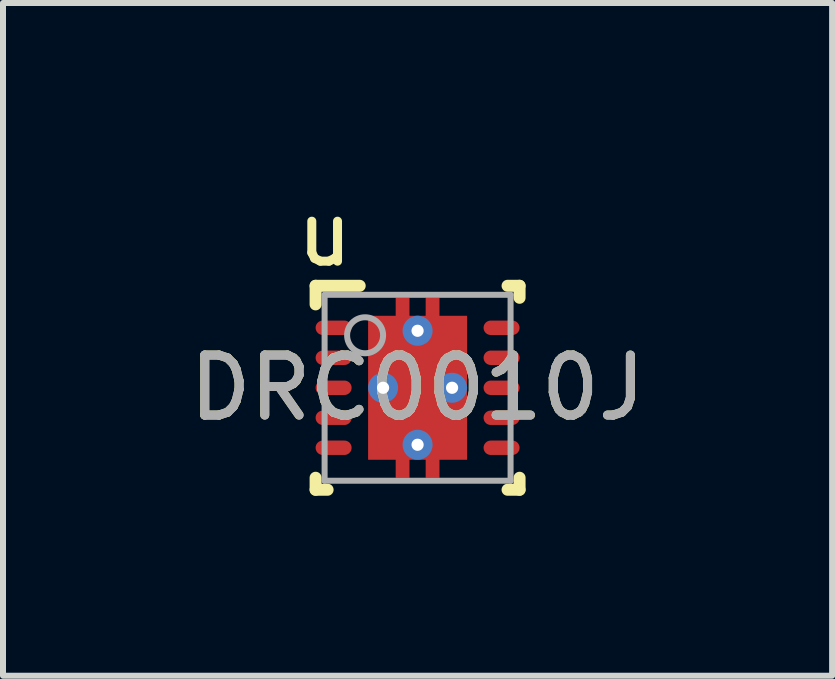
<source format=kicad_pcb>
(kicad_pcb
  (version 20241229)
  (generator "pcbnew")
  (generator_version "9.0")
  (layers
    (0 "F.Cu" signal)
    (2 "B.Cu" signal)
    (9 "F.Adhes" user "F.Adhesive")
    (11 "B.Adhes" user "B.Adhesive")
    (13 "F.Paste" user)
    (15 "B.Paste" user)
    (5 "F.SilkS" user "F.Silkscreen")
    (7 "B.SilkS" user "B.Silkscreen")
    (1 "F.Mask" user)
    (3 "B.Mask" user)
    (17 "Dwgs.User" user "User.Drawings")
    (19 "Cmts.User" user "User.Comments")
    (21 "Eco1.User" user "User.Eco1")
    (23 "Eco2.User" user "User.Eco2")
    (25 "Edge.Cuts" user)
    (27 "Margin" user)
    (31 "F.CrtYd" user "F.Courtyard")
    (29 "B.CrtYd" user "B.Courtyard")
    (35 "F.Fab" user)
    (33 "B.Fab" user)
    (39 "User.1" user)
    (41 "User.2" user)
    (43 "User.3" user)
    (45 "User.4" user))
  (footprint "DRC0010J"
    (layer "F.Cu")
    (at 3.911 3.414)
    (property "Reference" "DRC0010J" (at 0 0 0) (unlocked yes) (layer "F.SilkS") (effects (font (size 1 1) (thickness 0.15))))
    (attr smd)
    (fp_poly (pts (xy -0.135 -1.5) (xy -0.365 -1.5) (xy -0.365 -1.1) (xy -0.135 -1.1)) (stroke (width 0) (type solid)) (fill yes) (layer "F.Cu"))
    (fp_poly (pts (xy -0.135 1.1) (xy -0.365 1.1) (xy -0.365 1.5) (xy -0.135 1.5)) (stroke (width 0) (type solid)) (fill yes) (layer "F.Cu"))
    (fp_poly (pts (xy 0.135 -1.1) (xy 0.365 -1.1) (xy 0.365 -1.5) (xy 0.135 -1.5)) (stroke (width 0) (type solid)) (fill yes) (layer "F.Cu"))
    (fp_poly (pts (xy 0.135 1.5) (xy 0.365 1.5) (xy 0.365 1.1) (xy 0.135 1.1)) (stroke (width 0) (type solid)) (fill yes) (layer "F.Cu"))
    (fp_poly (pts (xy -0.084 -1.551) (xy -0.416 -1.551) (xy -0.416 -1.049) (xy -0.084 -1.049)) (stroke (width 0) (type solid)) (fill yes) (layer "F.Mask"))
    (fp_poly (pts (xy -0.084 1.049) (xy -0.416 1.049) (xy -0.416 1.551) (xy -0.084 1.551)) (stroke (width 0) (type solid)) (fill yes) (layer "F.Mask"))
    (fp_poly (pts (xy 0.084 -1.049) (xy 0.416 -1.049) (xy 0.416 -1.551) (xy 0.084 -1.551)) (stroke (width 0) (type solid)) (fill yes) (layer "F.Mask"))
    (fp_poly (pts (xy 0.084 1.551) (xy 0.416 1.551) (xy 0.416 1.049) (xy 0.084 1.049)) (stroke (width 0) (type solid)) (fill yes) (layer "F.Mask"))
    (fp_line (start -1.7 -1.7) (end -0.965 -1.7) (stroke (width 0.2) (type solid)) (layer "F.SilkS"))
    (fp_line (start -1.7 -1.39) (end -1.7 -1.7) (stroke (width 0.2) (type solid)) (layer "F.SilkS"))
    (fp_line (start -1.7 1.7) (end -1.7 1.5) (stroke (width 0.2) (type solid)) (layer "F.SilkS"))
    (fp_line (start -1.7 1.7) (end -1.5 1.7) (stroke (width 0.2) (type solid)) (layer "F.SilkS"))
    (fp_line (start 1.5 -1.7) (end 1.7 -1.7) (stroke (width 0.2) (type solid)) (layer "F.SilkS"))
    (fp_line (start 1.5 1.7) (end 1.7 1.7) (stroke (width 0.2) (type solid)) (layer "F.SilkS"))
    (fp_line (start 1.7 -1.5) (end 1.7 -1.7) (stroke (width 0.2) (type solid)) (layer "F.SilkS"))
    (fp_line (start 1.7 1.7) (end 1.7 1.5) (stroke (width 0.2) (type solid)) (layer "F.SilkS"))
    (fp_poly (pts (xy -0.75 -0.1) (xy 0.75 -0.1) (xy 0.75 -1.165) (xy -0.75 -1.165)) (stroke (width 0) (type solid)) (fill yes) (layer "F.Paste"))
    (fp_poly (pts (xy -0.75 1.165) (xy 0.75 1.165) (xy 0.75 0.1) (xy -0.75 0.1)) (stroke (width 0) (type solid)) (fill yes) (layer "F.Paste"))
    (fp_line (start -1.55 -1.55) (end 1.55 -1.55) (stroke (width 0.1) (type solid)) (layer "F.Fab"))
    (fp_line (start -1.55 1.55) (end -1.55 -1.55) (stroke (width 0.1) (type solid)) (layer "F.Fab"))
    (fp_line (start -1.55 1.55) (end 1.55 1.55) (stroke (width 0.1) (type solid)) (layer "F.Fab"))
    (fp_line (start 1.55 1.55) (end 1.55 -1.55) (stroke (width 0.1) (type solid)) (layer "F.Fab"))
    (fp_circle (center -0.875 -0.875) (end -0.575 -0.875) (stroke (width 0.1) (type solid)) (fill no) (layer "F.Fab"))
    (fp_text user "u" (at -1.549 -2.565 0) (unlocked yes) (layer "F.SilkS") (effects (font (size 1 1) (thickness 0.15))))
    (fp_text user "${REFERENCE}" (at 0 0 0) (unlocked yes) (layer "F.Fab") (effects (font (size 1 1) (thickness 0.15))))
    (pad "1" smd oval (at -1.4 -1 90) (size 0.24 0.6) (layers "F.Cu" "F.Mask" "F.Paste"))
    (pad "2" smd oval (at -1.4 -0.5 90) (size 0.24 0.6) (layers "F.Cu" "F.Mask" "F.Paste"))
    (pad "3" smd oval (at -1.4 0 90) (size 0.24 0.6) (layers "F.Cu" "F.Mask" "F.Paste"))
    (pad "4" smd oval (at -1.4 0.5 90) (size 0.24 0.6) (layers "F.Cu" "F.Mask" "F.Paste"))
    (pad "5" smd oval (at -1.4 1 90) (size 0.24 0.6) (layers "F.Cu" "F.Mask" "F.Paste"))
    (pad "6" smd oval (at 1.4 1 90) (size 0.24 0.6) (layers "F.Cu" "F.Mask" "F.Paste"))
    (pad "7" smd oval (at 1.4 0.5 90) (size 0.24 0.6) (layers "F.Cu" "F.Mask" "F.Paste"))
    (pad "8" smd oval (at 1.4 0 90) (size 0.24 0.6) (layers "F.Cu" "F.Mask" "F.Paste"))
    (pad "9" smd oval (at 1.4 -0.5 90) (size 0.24 0.6) (layers "F.Cu" "F.Mask" "F.Paste"))
    (pad "10" smd oval (at 1.4 -1 90) (size 0.24 0.6) (layers "F.Cu" "F.Mask" "F.Paste"))
    (pad "11" smd rect (at 0.000003 0) (size 1.65 2.4) (layers "F.Cu" "F.Mask"))
    (pad "V" thru_hole circle (at -0.575 0) (size 0.5 0.5) (drill 0.203) (layers "*.Cu" "*.Mask"))
    (pad "V" thru_hole circle (at 0 -0.95) (size 0.5 0.5) (drill 0.203) (layers "*.Cu" "*.Mask"))
    (pad "V" thru_hole circle (at 0 0.95) (size 0.5 0.5) (drill 0.203) (layers "*.Cu" "*.Mask"))
    (pad "V" thru_hole circle (at 0.575 0) (size 0.5 0.5) (drill 0.203) (layers "*.Cu" "*.Mask")))
  (gr_rect
    (start -3 -3)
    (end 10.821 8.214)
    (stroke (width 0.1) (type default))
    (fill no)
    (layer "Edge.Cuts")))
</source>
